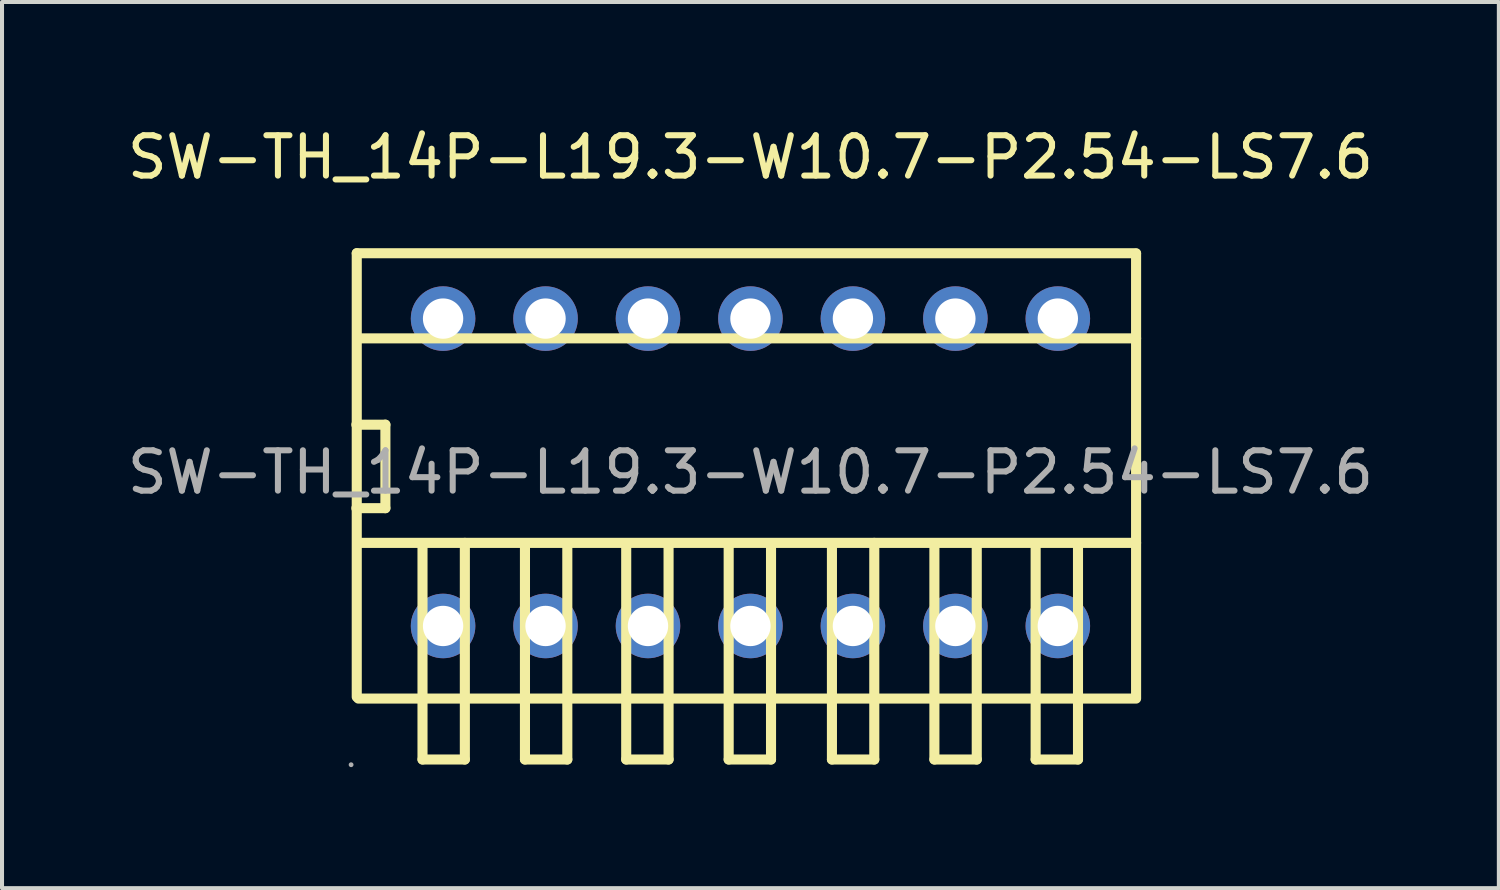
<source format=kicad_pcb>
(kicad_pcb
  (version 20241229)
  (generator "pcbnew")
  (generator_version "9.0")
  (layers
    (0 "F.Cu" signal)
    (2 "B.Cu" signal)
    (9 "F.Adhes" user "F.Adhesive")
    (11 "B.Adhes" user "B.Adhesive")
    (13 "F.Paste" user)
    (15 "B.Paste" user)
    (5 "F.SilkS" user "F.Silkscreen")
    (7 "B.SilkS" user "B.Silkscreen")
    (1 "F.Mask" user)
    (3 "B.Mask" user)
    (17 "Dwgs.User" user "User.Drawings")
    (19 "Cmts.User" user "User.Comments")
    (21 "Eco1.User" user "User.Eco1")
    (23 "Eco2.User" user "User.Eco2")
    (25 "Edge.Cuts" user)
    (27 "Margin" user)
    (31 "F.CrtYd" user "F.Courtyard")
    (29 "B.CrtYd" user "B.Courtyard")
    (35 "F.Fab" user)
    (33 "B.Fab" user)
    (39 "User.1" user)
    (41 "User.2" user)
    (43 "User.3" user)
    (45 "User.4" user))
  (footprint "SW-TH_14P-L19.3-W10.7-P2.54-LS7.6"
    (layer "F.Cu")
    (at 15.554 8.658)
    (property "Reference" "SW-TH_14P-L19.3-W10.7-P2.54-LS7.6" (at 0 -7.81 0) (layer "F.SilkS") (effects (font (size 1 1) (thickness 0.15))))
    (attr through_hole)
    (fp_line (start -9.77 -1.18) (end -9.05 -1.18) (stroke (width 0.25) (type solid)) (layer "F.SilkS"))
    (fp_line (start -9.76 -5.43) (end -9.76 5.57) (stroke (width 0.25) (type solid)) (layer "F.SilkS"))
    (fp_line (start -9.76 -5.43) (end 9.56 -5.43) (stroke (width 0.25) (type solid)) (layer "F.SilkS"))
    (fp_line (start -9.72 1.75) (end 9.56 1.75) (stroke (width 0.25) (type solid)) (layer "F.SilkS"))
    (fp_line (start -9.71 -3.32) (end 9.56 -3.32) (stroke (width 0.25) (type solid)) (layer "F.SilkS"))
    (fp_line (start -9.05 -1.18) (end -9.05 0.89) (stroke (width 0.25) (type solid)) (layer "F.SilkS"))
    (fp_line (start -9.05 0.89) (end -9.77 0.89) (stroke (width 0.25) (type solid)) (layer "F.SilkS"))
    (fp_line (start -8.13 1.78) (end -8.13 7.12) (stroke (width 0.25) (type solid)) (layer "F.SilkS"))
    (fp_line (start -8.13 7.12) (end -7.08 7.12) (stroke (width 0.25) (type solid)) (layer "F.SilkS"))
    (fp_line (start -7.08 7.12) (end -7.08 1.75) (stroke (width 0.25) (type solid)) (layer "F.SilkS"))
    (fp_line (start -5.59 1.83) (end -5.59 7.12) (stroke (width 0.25) (type solid)) (layer "F.SilkS"))
    (fp_line (start -5.59 7.12) (end -4.54 7.12) (stroke (width 0.25) (type solid)) (layer "F.SilkS"))
    (fp_line (start -4.54 7.12) (end -4.54 1.8) (stroke (width 0.25) (type solid)) (layer "F.SilkS"))
    (fp_line (start -3.08 1.84) (end -3.08 7.12) (stroke (width 0.25) (type solid)) (layer "F.SilkS"))
    (fp_line (start -3.08 7.12) (end -2.03 7.12) (stroke (width 0.25) (type solid)) (layer "F.SilkS"))
    (fp_line (start -2.03 7.12) (end -2.03 1.81) (stroke (width 0.25) (type solid)) (layer "F.SilkS"))
    (fp_line (start -0.54 1.83) (end -0.54 7.12) (stroke (width 0.25) (type solid)) (layer "F.SilkS"))
    (fp_line (start -0.54 7.12) (end 0.51 7.12) (stroke (width 0.25) (type solid)) (layer "F.SilkS"))
    (fp_line (start 0.51 7.12) (end 0.51 1.8) (stroke (width 0.25) (type solid)) (layer "F.SilkS"))
    (fp_line (start 2.02 1.78) (end 2.02 7.12) (stroke (width 0.25) (type solid)) (layer "F.SilkS"))
    (fp_line (start 2.02 7.12) (end 3.07 7.12) (stroke (width 0.25) (type solid)) (layer "F.SilkS"))
    (fp_line (start 3.07 7.12) (end 3.07 1.75) (stroke (width 0.25) (type solid)) (layer "F.SilkS"))
    (fp_line (start 4.56 1.83) (end 4.56 7.12) (stroke (width 0.25) (type solid)) (layer "F.SilkS"))
    (fp_line (start 4.56 7.12) (end 5.61 7.12) (stroke (width 0.25) (type solid)) (layer "F.SilkS"))
    (fp_line (start 5.61 7.12) (end 5.61 1.8) (stroke (width 0.25) (type solid)) (layer "F.SilkS"))
    (fp_line (start 7.07 1.84) (end 7.07 7.12) (stroke (width 0.25) (type solid)) (layer "F.SilkS"))
    (fp_line (start 7.07 7.12) (end 8.12 7.12) (stroke (width 0.25) (type solid)) (layer "F.SilkS"))
    (fp_line (start 8.12 7.12) (end 8.12 1.81) (stroke (width 0.25) (type solid)) (layer "F.SilkS"))
    (fp_line (start 9.56 5.58) (end 9.56 -5.42) (stroke (width 0.25) (type solid)) (layer "F.SilkS"))
    (fp_line (start 9.56 5.61) (end -9.72 5.61) (stroke (width 0.25) (type solid)) (layer "F.SilkS"))
    (fp_circle (center -9.9 7.25) (end -9.87 7.25) (stroke (width 0.06) (type solid)) (fill no) (layer "F.Fab"))
    (fp_circle (center -7.62 -3.81) (end -7.42 -3.81) (stroke (width 0.4) (type solid)) (fill no) (layer "F.Fab"))
    (fp_circle (center -7.62 3.81) (end -7.42 3.81) (stroke (width 0.4) (type solid)) (fill no) (layer "F.Fab"))
    (fp_circle (center -5.08 -3.81) (end -4.88 -3.81) (stroke (width 0.4) (type solid)) (fill no) (layer "F.Fab"))
    (fp_circle (center -5.08 3.81) (end -4.88 3.81) (stroke (width 0.4) (type solid)) (fill no) (layer "F.Fab"))
    (fp_circle (center -2.54 -3.81) (end -2.34 -3.81) (stroke (width 0.4) (type solid)) (fill no) (layer "F.Fab"))
    (fp_circle (center -2.54 3.81) (end -2.34 3.81) (stroke (width 0.4) (type solid)) (fill no) (layer "F.Fab"))
    (fp_circle (center 0 -3.81) (end 0.2 -3.81) (stroke (width 0.4) (type solid)) (fill no) (layer "F.Fab"))
    (fp_circle (center 0 3.81) (end 0.2 3.81) (stroke (width 0.4) (type solid)) (fill no) (layer "F.Fab"))
    (fp_circle (center 2.54 -3.81) (end 2.74 -3.81) (stroke (width 0.4) (type solid)) (fill no) (layer "F.Fab"))
    (fp_circle (center 2.54 3.81) (end 2.74 3.81) (stroke (width 0.4) (type solid)) (fill no) (layer "F.Fab"))
    (fp_circle (center 5.08 -3.81) (end 5.28 -3.81) (stroke (width 0.4) (type solid)) (fill no) (layer "F.Fab"))
    (fp_circle (center 5.08 3.81) (end 5.28 3.81) (stroke (width 0.4) (type solid)) (fill no) (layer "F.Fab"))
    (fp_circle (center 7.62 -3.81) (end 7.82 -3.81) (stroke (width 0.4) (type solid)) (fill no) (layer "F.Fab"))
    (fp_circle (center 7.62 3.81) (end 7.82 3.81) (stroke (width 0.4) (type solid)) (fill no) (layer "F.Fab"))
    (fp_text user "${REFERENCE}" (at 0 0 0) (layer "F.Fab") (effects (font (size 1 1) (thickness 0.15))))
    (pad "1" thru_hole circle (at -7.62 3.81) (size 1.6 1.6) (drill 1) (layers "*.Cu" "*.Paste" "*.Mask"))
    (pad "2" thru_hole circle (at -5.08 3.81) (size 1.6 1.6) (drill 1) (layers "*.Cu" "*.Paste" "*.Mask"))
    (pad "3" thru_hole circle (at -2.54 3.81) (size 1.6 1.6) (drill 1) (layers "*.Cu" "*.Paste" "*.Mask"))
    (pad "4" thru_hole circle (at 0 3.81) (size 1.6 1.6) (drill 1) (layers "*.Cu" "*.Paste" "*.Mask"))
    (pad "5" thru_hole circle (at 2.54 3.81) (size 1.6 1.6) (drill 1) (layers "*.Cu" "*.Paste" "*.Mask"))
    (pad "6" thru_hole circle (at 5.08 3.81) (size 1.6 1.6) (drill 1) (layers "*.Cu" "*.Paste" "*.Mask"))
    (pad "7" thru_hole circle (at 7.62 3.81) (size 1.6 1.6) (drill 1) (layers "*.Cu" "*.Paste" "*.Mask"))
    (pad "8" thru_hole circle (at 7.62 -3.81) (size 1.6 1.6) (drill 1) (layers "*.Cu" "*.Paste" "*.Mask"))
    (pad "9" thru_hole circle (at 5.08 -3.81) (size 1.6 1.6) (drill 1) (layers "*.Cu" "*.Paste" "*.Mask"))
    (pad "10" thru_hole circle (at 2.54 -3.81) (size 1.6 1.6) (drill 1) (layers "*.Cu" "*.Paste" "*.Mask"))
    (pad "11" thru_hole circle (at 0 -3.81) (size 1.6 1.6) (drill 1) (layers "*.Cu" "*.Paste" "*.Mask"))
    (pad "12" thru_hole circle (at -2.54 -3.81) (size 1.6 1.6) (drill 1) (layers "*.Cu" "*.Paste" "*.Mask"))
    (pad "13" thru_hole circle (at -5.08 -3.81) (size 1.6 1.6) (drill 1) (layers "*.Cu" "*.Paste" "*.Mask"))
    (pad "14" thru_hole circle (at -7.62 -3.81) (size 1.6 1.6) (drill 1) (layers "*.Cu" "*.Paste" "*.Mask")))
  (gr_rect
    (start -3 -3)
    (end 34.107 18.968)
    (stroke (width 0.1) (type default))
    (fill no)
    (layer "Edge.Cuts")))
</source>
